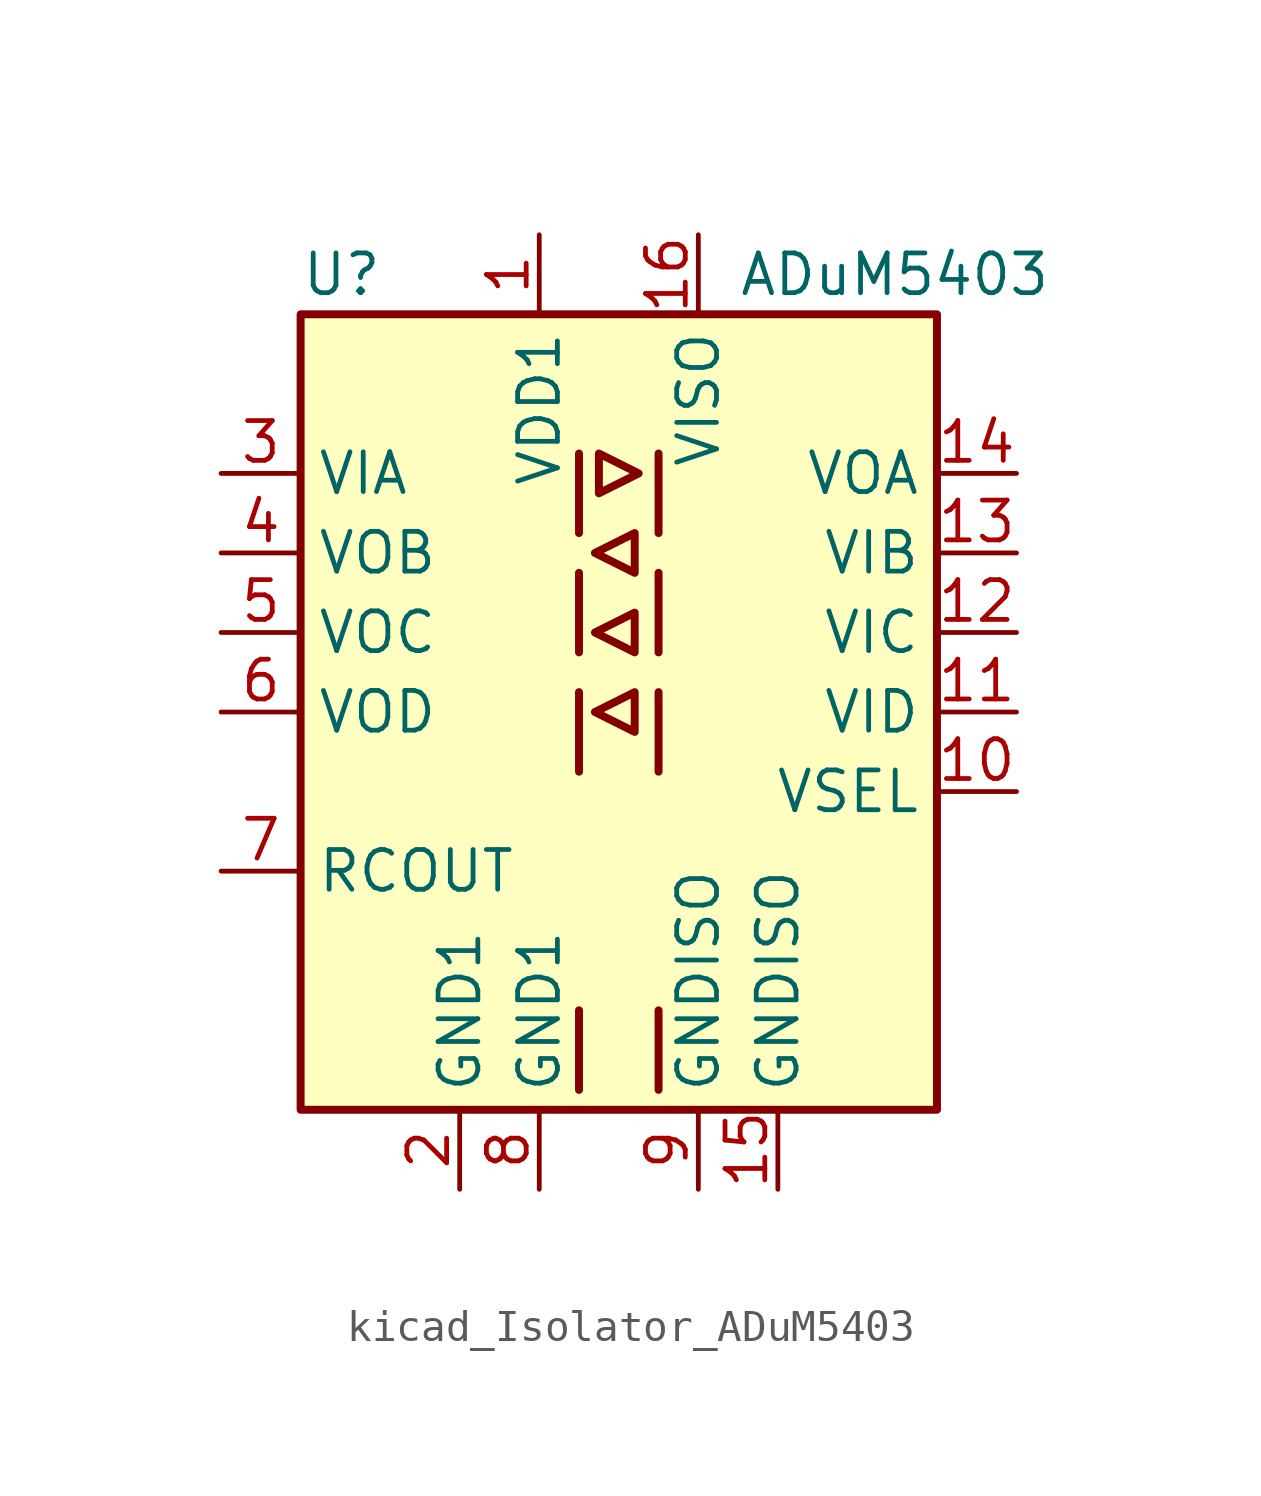
<source format=kicad_sym>
(kicad_symbol_lib
  (version 20220914)
  (generator kicad_symbol_editor)
  (symbol "kicad_Isolator_ADuM5403"
    (property "Reference" "U"
      (at -10.16 13.97 0)
      (effects (font (size 1.27 1.27)) (justify left)))
    (property "Value" "ADuM5403"
      (at 3.81 13.97 0)
      (effects (font (size 1.27 1.27)) (justify left)))
    (symbol "kicad_Isolator_ADuM5403_0_1"
      (rectangle (start -10.16 12.7) (end 10.16 -12.7) (stroke (width 0.254) (type default)) (fill (type background)))
      (polyline (pts (xy -1.27 -9.525) (xy -1.27 -12.065)) (stroke (width 0.254) (type default)) (fill (type none)))
      (polyline (pts (xy -1.27 0.635) (xy -1.27 -1.905)) (stroke (width 0.254) (type default)) (fill (type none)))
      (polyline (pts (xy -1.27 4.445) (xy -1.27 1.905)) (stroke (width 0.254) (type default)) (fill (type none)))
      (polyline (pts (xy -1.27 8.255) (xy -1.27 5.715)) (stroke (width 0.254) (type default)) (fill (type none)))
      (polyline (pts (xy 1.27 -9.525) (xy 1.27 -12.065)) (stroke (width 0.254) (type default)) (fill (type none)))
      (polyline (pts (xy 1.27 0.635) (xy 1.27 -1.905)) (stroke (width 0.254) (type default)) (fill (type none)))
      (polyline (pts (xy 1.27 4.445) (xy 1.27 1.905)) (stroke (width 0.254) (type default)) (fill (type none)))
      (polyline (pts (xy 1.27 8.255) (xy 1.27 5.715)) (stroke (width 0.254) (type default)) (fill (type none)))
      (polyline (pts (xy -0.635 6.985) (xy 0.635 7.62) (xy -0.635 8.255) (xy -0.635 6.985)) (stroke (width 0.254) (type default)) (fill (type none)))
      (polyline (pts (xy 0.508 0.635) (xy 0.508 -0.635) (xy -0.762 0) (xy 0.508 0.635)) (stroke (width 0.254) (type default)) (fill (type none)))
      (polyline (pts (xy 0.508 1.905) (xy -0.762 2.54) (xy 0.508 3.175) (xy 0.508 1.905)) (stroke (width 0.254) (type default)) (fill (type none)))
      (polyline (pts (xy 0.508 5.715) (xy 0.508 4.445) (xy -0.762 5.08) (xy 0.508 5.715)) (stroke (width 0.254) (type default)) (fill (type none))))
    (symbol "kicad_Isolator_ADuM5403_1_1"
      (pin power_in line (at -2.54 15.24 270) (length 2.54) (name "VDD1" (effects (font (size 1.27 1.27)))) (number "1" (effects (font (size 1.27 1.27)))))
      (pin input line (at 12.7 -2.54 180) (length 2.54) (name "VSEL" (effects (font (size 1.27 1.27)))) (number "10" (effects (font (size 1.27 1.27)))))
      (pin input line (at 12.7 0 180) (length 2.54) (name "VID" (effects (font (size 1.27 1.27)))) (number "11" (effects (font (size 1.27 1.27)))))
      (pin input line (at 12.7 2.54 180) (length 2.54) (name "VIC" (effects (font (size 1.27 1.27)))) (number "12" (effects (font (size 1.27 1.27)))))
      (pin input line (at 12.7 5.08 180) (length 2.54) (name "VIB" (effects (font (size 1.27 1.27)))) (number "13" (effects (font (size 1.27 1.27)))))
      (pin output line (at 12.7 7.62 180) (length 2.54) (name "VOA" (effects (font (size 1.27 1.27)))) (number "14" (effects (font (size 1.27 1.27)))))
      (pin power_in line (at 5.08 -15.24 90) (length 2.54) (name "GNDISO" (effects (font (size 1.27 1.27)))) (number "15" (effects (font (size 1.27 1.27)))))
      (pin power_in line (at 2.54 15.24 270) (length 2.54) (name "VISO" (effects (font (size 1.27 1.27)))) (number "16" (effects (font (size 1.27 1.27)))))
      (pin power_in line (at -5.08 -15.24 90) (length 2.54) (name "GND1" (effects (font (size 1.27 1.27)))) (number "2" (effects (font (size 1.27 1.27)))))
      (pin input line (at -12.7 7.62 0) (length 2.54) (name "VIA" (effects (font (size 1.27 1.27)))) (number "3" (effects (font (size 1.27 1.27)))))
      (pin output line (at -12.7 5.08 0) (length 2.54) (name "VOB" (effects (font (size 1.27 1.27)))) (number "4" (effects (font (size 1.27 1.27)))))
      (pin output line (at -12.7 2.54 0) (length 2.54) (name "VOC" (effects (font (size 1.27 1.27)))) (number "5" (effects (font (size 1.27 1.27)))))
      (pin output line (at -12.7 0 0) (length 2.54) (name "VOD" (effects (font (size 1.27 1.27)))) (number "6" (effects (font (size 1.27 1.27)))))
      (pin output line (at -12.7 -5.08 0) (length 2.54) (name "RCOUT" (effects (font (size 1.27 1.27)))) (number "7" (effects (font (size 1.27 1.27)))))
      (pin power_in line (at -2.54 -15.24 90) (length 2.54) (name "GND1" (effects (font (size 1.27 1.27)))) (number "8" (effects (font (size 1.27 1.27)))))
      (pin power_in line (at 2.54 -15.24 90) (length 2.54) (name "GNDISO" (effects (font (size 1.27 1.27)))) (number "9" (effects (font (size 1.27 1.27))))))))
</source>
